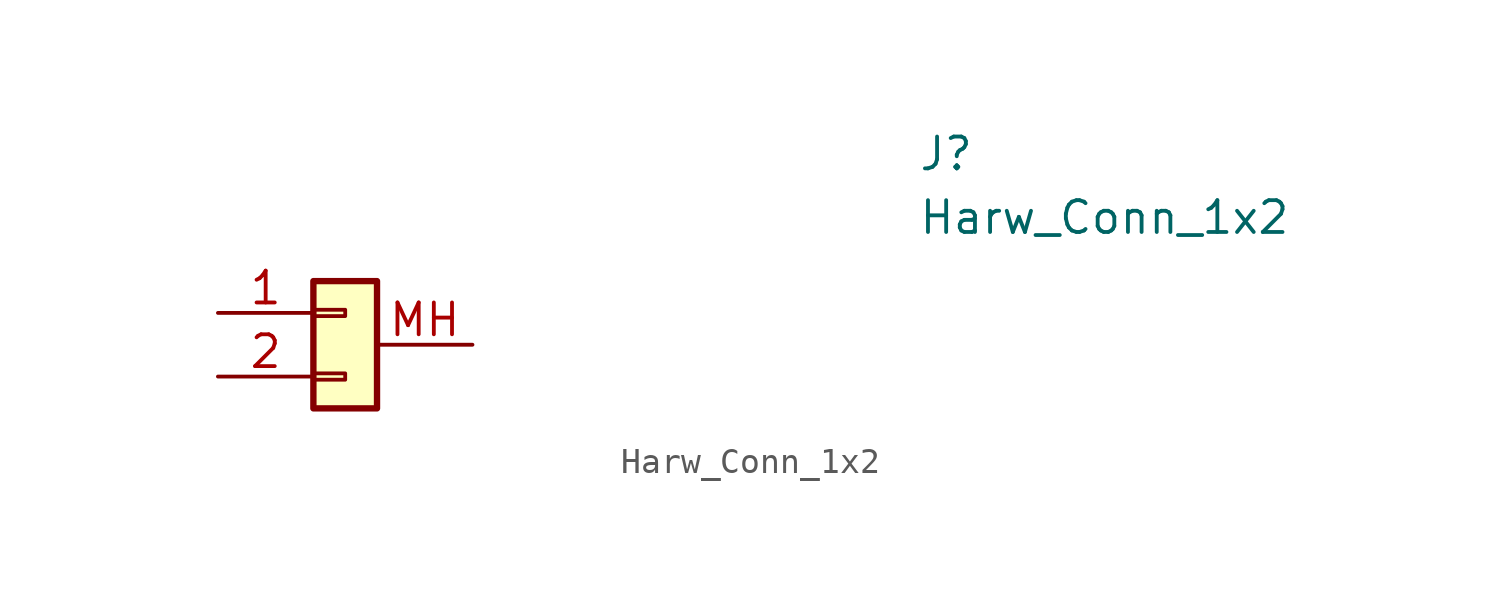
<source format=kicad_sym>
(kicad_symbol_lib
  (version 20211014)
  (generator kicad_symbol_editor)
  (symbol "Harw_Conn_1x2"
    (pin_names
      (offset 0.762))
    (property "Reference" "J"
      (at 21.59 7.62 0)
      (effects (font (size 1.27 1.27)) (justify left)))
    (property "Value" "Harw_Conn_1x2"
      (at 21.59 5.08 0)
      (effects (font (size 1.27 1.27)) (justify left)))
    (symbol "Harw_Conn_1x2_1_1"
      (rectangle (start -2.54 -1.143) (end -1.27 -1.397) (stroke (width 0.152) (type default) (color 0 0 0 0)) (fill (type none)))
      (rectangle (start -2.54 1.397) (end -1.27 1.143) (stroke (width 0.152) (type default) (color 0 0 0 0)) (fill (type none)))
      (rectangle (start -2.54 2.54) (end 0 -2.54) (stroke (width 0.254) (type default) (color 0 0 0 0)) (fill (type background)))
      (pin passive line (at -6.35 1.27 0) (length 3.81) (name "" (effects (font (size 1.27 1.27)))) (number "1" (effects (font (size 1.27 1.27)))))
      (pin passive line (at -6.35 -1.27 0) (length 3.81) (name "" (effects (font (size 1.27 1.27)))) (number "2" (effects (font (size 1.27 1.27)))))
      (pin passive line (at 3.81 0 180) (length 3.81) (name "" (effects (font (size 1.27 1.27)))) (number "MH" (effects (font (size 1.27 1.27))))))))
</source>
